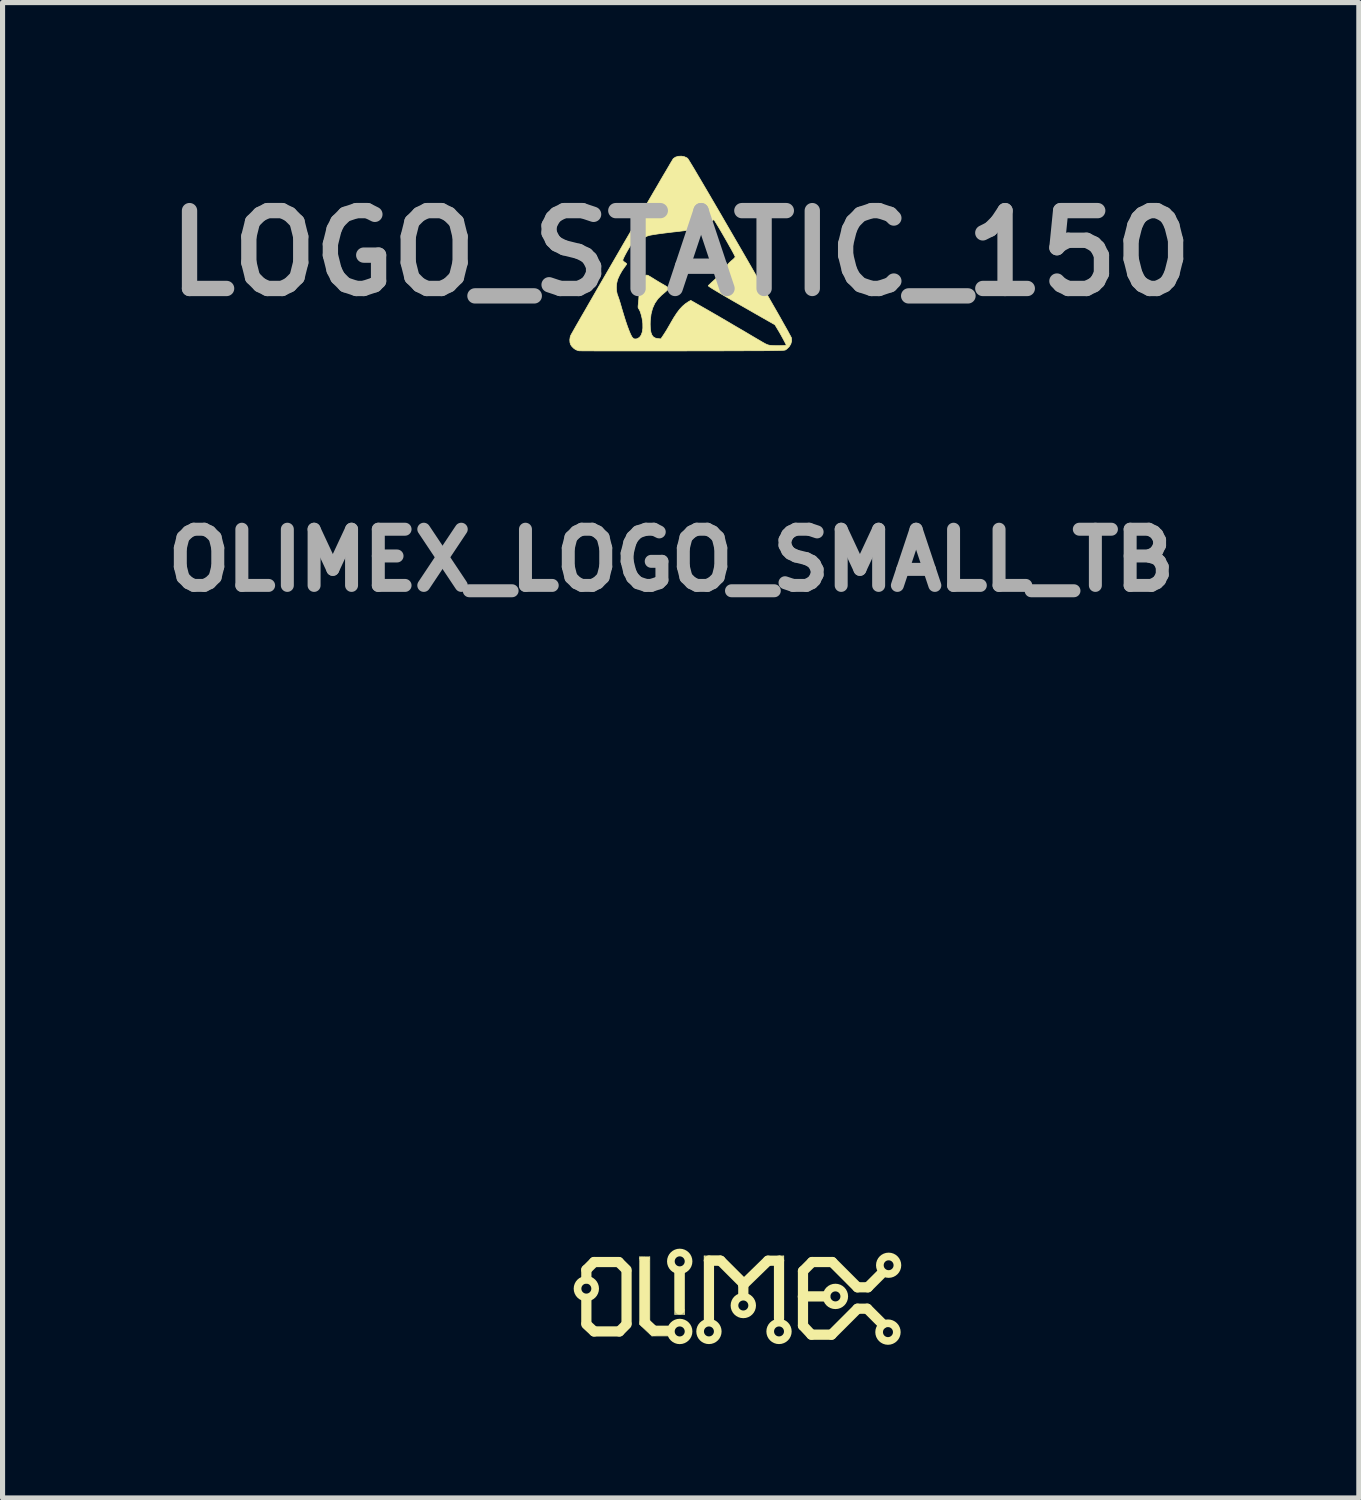
<source format=kicad_pcb>
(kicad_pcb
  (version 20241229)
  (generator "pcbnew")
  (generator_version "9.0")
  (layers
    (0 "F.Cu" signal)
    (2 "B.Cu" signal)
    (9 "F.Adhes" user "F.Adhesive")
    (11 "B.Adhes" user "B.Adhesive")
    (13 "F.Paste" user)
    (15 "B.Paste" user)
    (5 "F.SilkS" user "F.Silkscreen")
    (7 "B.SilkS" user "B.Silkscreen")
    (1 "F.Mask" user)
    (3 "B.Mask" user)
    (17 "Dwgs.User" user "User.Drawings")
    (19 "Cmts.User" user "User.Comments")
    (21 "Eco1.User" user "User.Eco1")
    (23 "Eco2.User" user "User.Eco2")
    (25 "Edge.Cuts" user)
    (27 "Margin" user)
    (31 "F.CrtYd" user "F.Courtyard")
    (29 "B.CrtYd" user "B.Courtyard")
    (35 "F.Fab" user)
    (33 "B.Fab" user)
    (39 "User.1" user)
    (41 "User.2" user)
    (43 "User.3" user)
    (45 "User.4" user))
  (footprint "LOGO_STATIC_150"
    (layer "F.Cu")
    (at 10.276 1.908)
    (property "Reference" "LOGO_STATIC_150" (at 0 0 0) (layer "F.Fab") (effects (font (size 1.524 1.524) (thickness 0.3))))
    (attr through_hole)
    (fp_poly (pts (xy 2.172 1.718) (xy 2.156 1.776) (xy 2.123 1.83) (xy 2.076 1.876) (xy 2.066 1.882) (xy 2.066 1.8) (xy 2.063 1.79) (xy 2.051 1.763) (xy 2.031 1.725) (xy 2.006 1.678) (xy 1.977 1.625) (xy 1.947 1.571) (xy 1.919 1.523) (xy 1.845 1.4) (xy 1.481 1.193) (xy 1.307 1.093) (xy 1.149 1.003) (xy 1.009 0.923) (xy 0.887 0.852) (xy 0.783 0.791) (xy 0.697 0.74) (xy 0.629 0.699) (xy 0.58 0.668) (xy 0.55 0.647) (xy 0.539 0.637) (xy 0.539 0.637) (xy 0.547 0.627) (xy 0.569 0.606) (xy 0.601 0.575) (xy 0.642 0.538) (xy 0.673 0.51) (xy 0.761 0.428) (xy 0.83 0.355) (xy 0.881 0.29) (xy 0.912 0.235) (xy 0.912 0.234) (xy 0.927 0.211) (xy 0.955 0.182) (xy 0.989 0.15) (xy 0.997 0.144) (xy 1.03 0.116) (xy 1.054 0.091) (xy 1.067 0.075) (xy 1.068 0.072) (xy 1.062 0.058) (xy 1.047 0.027) (xy 1.024 -0.017) (xy 0.994 -0.072) (xy 0.958 -0.135) (xy 0.919 -0.205) (xy 0.878 -0.277) (xy 0.836 -0.35) (xy 0.795 -0.421) (xy 0.756 -0.487) (xy 0.721 -0.545) (xy 0.691 -0.594) (xy 0.669 -0.63) (xy 0.654 -0.65) (xy 0.651 -0.654) (xy 0.637 -0.651) (xy 0.614 -0.637) (xy 0.593 -0.62) (xy 0.555 -0.59) (xy 0.52 -0.563) (xy 0.486 -0.541) (xy 0.449 -0.522) (xy 0.408 -0.505) (xy 0.36 -0.49) (xy 0.304 -0.477) (xy 0.237 -0.465) (xy 0.156 -0.453) (xy 0.061 -0.44) (xy -0.053 -0.426) (xy -0.171 -0.413) (xy -0.252 -0.403) (xy -0.334 -0.393) (xy -0.411 -0.383) (xy -0.479 -0.373) (xy -0.532 -0.365) (xy -0.543 -0.363) (xy -0.609 -0.351) (xy -0.659 -0.335) (xy -0.699 -0.314) (xy -0.735 -0.284) (xy -0.773 -0.24) (xy -0.787 -0.223) (xy -0.812 -0.193) (xy -0.832 -0.171) (xy -0.844 -0.161) (xy -0.861 -0.163) (xy -0.887 -0.173) (xy -0.896 -0.177) (xy -0.923 -0.19) (xy -0.942 -0.198) (xy -0.945 -0.198) (xy -0.956 -0.189) (xy -0.974 -0.164) (xy -0.997 -0.127) (xy -1.024 -0.082) (xy -1.052 -0.033) (xy -1.079 0.016) (xy -1.103 0.062) (xy -1.121 0.101) (xy -1.132 0.127) (xy -1.134 0.136) (xy -1.125 0.152) (xy -1.103 0.171) (xy -1.095 0.176) (xy -1.071 0.193) (xy -1.058 0.206) (xy -1.057 0.209) (xy -1.063 0.222) (xy -1.08 0.246) (xy -1.101 0.274) (xy -1.15 0.345) (xy -1.195 0.425) (xy -1.231 0.504) (xy -1.239 0.528) (xy -1.254 0.595) (xy -1.26 0.668) (xy -1.255 0.741) (xy -1.242 0.804) (xy -1.235 0.82) (xy -1.225 0.849) (xy -1.209 0.894) (xy -1.191 0.951) (xy -1.172 1.015) (xy -1.157 1.068) (xy -1.117 1.201) (xy -1.079 1.324) (xy -1.042 1.432) (xy -1.007 1.524) (xy -0.98 1.588) (xy -0.954 1.637) (xy -0.928 1.667) (xy -0.899 1.679) (xy -0.864 1.676) (xy -0.852 1.673) (xy -0.807 1.647) (xy -0.774 1.603) (xy -0.752 1.542) (xy -0.741 1.466) (xy -0.742 1.376) (xy -0.746 1.337) (xy -0.757 1.269) (xy -0.773 1.204) (xy -0.79 1.148) (xy -0.809 1.106) (xy -0.821 1.088) (xy -0.833 1.066) (xy -0.834 1.033) (xy -0.832 1.021) (xy -0.829 0.989) (xy -0.824 0.942) (xy -0.82 0.89) (xy -0.819 0.872) (xy -0.816 0.819) (xy -0.816 0.782) (xy -0.821 0.754) (xy -0.83 0.729) (xy -0.831 0.726) (xy -0.842 0.698) (xy -0.843 0.673) (xy -0.834 0.648) (xy -0.812 0.617) (xy -0.777 0.576) (xy -0.748 0.541) (xy -0.724 0.506) (xy -0.71 0.482) (xy -0.696 0.451) (xy -0.682 0.433) (xy -0.664 0.427) (xy -0.639 0.434) (xy -0.603 0.454) (xy -0.559 0.481) (xy -0.503 0.516) (xy -0.439 0.555) (xy -0.375 0.593) (xy -0.344 0.61) (xy -0.3 0.636) (xy -0.264 0.659) (xy -0.24 0.677) (xy -0.231 0.686) (xy -0.233 0.693) (xy -0.24 0.703) (xy -0.255 0.717) (xy -0.279 0.739) (xy -0.316 0.771) (xy -0.367 0.814) (xy -0.369 0.815) (xy -0.446 0.892) (xy -0.506 0.979) (xy -0.551 1.078) (xy -0.58 1.19) (xy -0.595 1.318) (xy -0.597 1.388) (xy -0.594 1.478) (xy -0.583 1.548) (xy -0.563 1.602) (xy -0.534 1.639) (xy -0.494 1.661) (xy -0.447 1.671) (xy -0.388 1.676) (xy -0.332 1.593) (xy -0.305 1.551) (xy -0.271 1.497) (xy -0.236 1.436) (xy -0.201 1.376) (xy -0.197 1.368) (xy -0.134 1.26) (xy -0.076 1.171) (xy -0.02 1.097) (xy 0.035 1.038) (xy 0.091 0.99) (xy 0.145 0.953) (xy 0.197 0.923) (xy 0.437 1.06) (xy 0.528 1.112) (xy 0.637 1.175) (xy 0.763 1.248) (xy 0.907 1.332) (xy 1.068 1.427) (xy 1.245 1.53) (xy 1.437 1.644) (xy 1.563 1.718) (xy 1.618 1.75) (xy 1.658 1.772) (xy 1.69 1.787) (xy 1.717 1.796) (xy 1.745 1.802) (xy 1.778 1.805) (xy 1.789 1.806) (xy 1.825 1.808) (xy 1.872 1.809) (xy 1.922 1.809) (xy 1.972 1.808) (xy 2.016 1.806) (xy 2.049 1.804) (xy 2.065 1.801) (xy 2.066 1.8) (xy 2.066 1.882) (xy 2.047 1.895) (xy 2.041 1.896) (xy 2.029 1.898) (xy 2.009 1.9) (xy 1.982 1.901) (xy 1.947 1.903) (xy 1.901 1.904) (xy 1.845 1.905) (xy 1.778 1.906) (xy 1.699 1.907) (xy 1.607 1.908) (xy 1.5 1.908) (xy 1.379 1.909) (xy 1.242 1.909) (xy 1.088 1.91) (xy 0.917 1.91) (xy 0.728 1.911) (xy 0.519 1.911) (xy 0.29 1.911) (xy 0.039 1.912) (xy 0.022 1.912) (xy -0.186 1.912) (xy -0.388 1.912) (xy -0.584 1.912) (xy -0.771 1.912) (xy -0.949 1.912) (xy -1.117 1.912) (xy -1.273 1.912) (xy -1.417 1.912) (xy -1.547 1.912) (xy -1.663 1.912) (xy -1.762 1.911) (xy -1.845 1.911) (xy -1.91 1.911) (xy -1.956 1.91) (xy -1.981 1.91) (xy -1.987 1.91) (xy -2.005 1.905) (xy -2.028 1.899) (xy -2.061 1.884) (xy -2.098 1.857) (xy -2.132 1.822) (xy -2.154 1.79) (xy -2.168 1.745) (xy -2.171 1.692) (xy -2.163 1.639) (xy -2.152 1.607) (xy -2.139 1.583) (xy -2.116 1.543) (xy -2.084 1.486) (xy -2.044 1.415) (xy -1.995 1.33) (xy -1.939 1.232) (xy -1.876 1.124) (xy -1.808 1.005) (xy -1.734 0.877) (xy -1.656 0.741) (xy -1.574 0.599) (xy -1.488 0.451) (xy -1.4 0.299) (xy -1.31 0.144) (xy -1.219 -0.013) (xy -1.128 -0.171) (xy -1.036 -0.328) (xy -0.945 -0.484) (xy -0.856 -0.638) (xy -0.769 -0.787) (xy -0.685 -0.931) (xy -0.605 -1.069) (xy -0.529 -1.2) (xy -0.457 -1.322) (xy -0.392 -1.435) (xy -0.332 -1.537) (xy -0.279 -1.626) (xy -0.234 -1.703) (xy -0.198 -1.765) (xy -0.17 -1.811) (xy -0.152 -1.841) (xy -0.144 -1.853) (xy -0.144 -1.853) (xy -0.101 -1.882) (xy -0.047 -1.898) (xy 0.012 -1.901) (xy 0.07 -1.891) (xy 0.121 -1.868) (xy 0.137 -1.856) (xy 0.146 -1.843) (xy 0.166 -1.812) (xy 0.195 -1.764) (xy 0.234 -1.7) (xy 0.28 -1.623) (xy 0.334 -1.531) (xy 0.395 -1.428) (xy 0.462 -1.314) (xy 0.535 -1.19) (xy 0.612 -1.058) (xy 0.694 -0.918) (xy 0.779 -0.772) (xy 0.867 -0.62) (xy 0.957 -0.465) (xy 1.048 -0.308) (xy 1.141 -0.148) (xy 1.233 0.011) (xy 1.325 0.17) (xy 1.415 0.327) (xy 1.503 0.481) (xy 1.589 0.63) (xy 1.672 0.774) (xy 1.75 0.912) (xy 1.824 1.041) (xy 1.893 1.161) (xy 1.956 1.272) (xy 2.011 1.371) (xy 2.06 1.457) (xy 2.101 1.53) (xy 2.132 1.588) (xy 2.155 1.63) (xy 2.167 1.654) (xy 2.169 1.66) (xy 2.172 1.718)) (stroke (width 0.013) (type solid)) (fill yes) (layer "F.SilkS")))
  (footprint "OLIMEX_LOGO_SMALL_TB"
    (layer "F.Cu")
    (at 11.375 22.33)
    (property "Reference" "OLIMEX_LOGO_SMALL_TB" (at -1.283 -14.415 0) (layer "F.Fab") (effects (font (size 1.1 1.1) (thickness 0.254))))
    (attr through_hole)
    (fp_line (start -2.946 -0.521) (end -2.794 -0.673) (stroke (width 0.2) (type solid)) (layer "F.SilkS"))
    (fp_line (start -2.946 -0.356) (end -2.946 -0.521) (stroke (width 0.2) (type solid)) (layer "F.SilkS"))
    (fp_line (start -2.946 0.076) (end -2.946 0.521) (stroke (width 0.2) (type solid)) (layer "F.SilkS"))
    (fp_line (start -2.794 -0.673) (end -2.311 -0.673) (stroke (width 0.2) (type solid)) (layer "F.SilkS"))
    (fp_line (start -2.794 0.686) (end -2.946 0.546) (stroke (width 0.2) (type solid)) (layer "F.SilkS"))
    (fp_line (start -2.311 -0.671) (end -2.159 -0.521) (stroke (width 0.2) (type solid)) (layer "F.SilkS"))
    (fp_line (start -2.299 0.686) (end -2.794 0.686) (stroke (width 0.2) (type solid)) (layer "F.SilkS"))
    (fp_line (start -2.299 0.686) (end -2.159 0.546) (stroke (width 0.2) (type solid)) (layer "F.SilkS"))
    (fp_line (start -2.159 -0.483) (end -2.159 0.521) (stroke (width 0.2) (type solid)) (layer "F.SilkS"))
    (fp_line (start -1.905 -0.775) (end -1.905 0.521) (stroke (width 0.01) (type solid)) (layer "F.SilkS"))
    (fp_line (start -1.905 0.521) (end -1.905 0.533) (stroke (width 0.01) (type solid)) (layer "F.SilkS"))
    (fp_line (start -1.905 0.533) (end -1.905 0.546) (stroke (width 0.01) (type solid)) (layer "F.SilkS"))
    (fp_line (start -1.905 0.546) (end -1.664 0.775) (stroke (width 0.01) (type solid)) (layer "F.SilkS"))
    (fp_line (start -1.897 -0.772) (end -1.897 -0.699) (stroke (width 0.013) (type solid)) (layer "F.SilkS"))
    (fp_line (start -1.892 0.559) (end -1.905 0.533) (stroke (width 0.01) (type solid)) (layer "F.SilkS"))
    (fp_line (start -1.877 -0.744) (end -1.829 -0.744) (stroke (width 0.062) (type solid)) (layer "F.SilkS"))
    (fp_line (start -1.803 -0.775) (end -1.905 -0.775) (stroke (width 0.01) (type solid)) (layer "F.SilkS"))
    (fp_line (start -1.803 -0.775) (end -1.702 -0.775) (stroke (width 0.01) (type solid)) (layer "F.SilkS"))
    (fp_line (start -1.803 -0.673) (end -1.803 0.508) (stroke (width 0.2) (type solid)) (layer "F.SilkS"))
    (fp_line (start -1.803 0.508) (end -1.626 0.673) (stroke (width 0.2) (type solid)) (layer "F.SilkS"))
    (fp_line (start -1.781 -0.742) (end -1.732 -0.742) (stroke (width 0.062) (type solid)) (layer "F.SilkS"))
    (fp_line (start -1.712 -0.772) (end -1.712 -0.693) (stroke (width 0.013) (type solid)) (layer "F.SilkS"))
    (fp_line (start -1.702 -0.775) (end -1.702 0.483) (stroke (width 0.01) (type solid)) (layer "F.SilkS"))
    (fp_line (start -1.664 0.775) (end -1.346 0.775) (stroke (width 0.01) (type solid)) (layer "F.SilkS"))
    (fp_line (start -1.651 0.775) (end -1.664 0.762) (stroke (width 0.01) (type solid)) (layer "F.SilkS"))
    (fp_line (start -1.626 0.673) (end -1.346 0.673) (stroke (width 0.2) (type solid)) (layer "F.SilkS"))
    (fp_line (start -1.214 0.353) (end -1.214 -0.47) (stroke (width 0.013) (type solid)) (layer "F.SilkS"))
    (fp_line (start -1.212 0.302) (end -1.026 0.302) (stroke (width 0.013) (type solid)) (layer "F.SilkS"))
    (fp_line (start -1.212 0.315) (end -1.029 0.315) (stroke (width 0.013) (type solid)) (layer "F.SilkS"))
    (fp_line (start -1.212 0.328) (end -1.029 0.328) (stroke (width 0.013) (type solid)) (layer "F.SilkS"))
    (fp_line (start -1.209 0.34) (end -1.026 0.34) (stroke (width 0.013) (type solid)) (layer "F.SilkS"))
    (fp_line (start -1.118 -0.457) (end -1.118 0.254) (stroke (width 0.2) (type solid)) (layer "F.SilkS"))
    (fp_line (start -1.024 0.257) (end -1.024 0.353) (stroke (width 0.013) (type solid)) (layer "F.SilkS"))
    (fp_line (start -1.024 0.353) (end -1.214 0.353) (stroke (width 0.013) (type solid)) (layer "F.SilkS"))
    (fp_line (start -0.64 -0.792) (end -0.312 -0.792) (stroke (width 0.013) (type solid)) (layer "F.SilkS"))
    (fp_line (start -0.64 -0.696) (end -0.64 -0.792) (stroke (width 0.013) (type solid)) (layer "F.SilkS"))
    (fp_line (start -0.63 -0.787) (end -0.63 -0.747) (stroke (width 0.013) (type solid)) (layer "F.SilkS"))
    (fp_line (start -0.627 -0.767) (end -0.612 -0.767) (stroke (width 0.013) (type solid)) (layer "F.SilkS"))
    (fp_line (start -0.587 -0.78) (end -0.632 -0.78) (stroke (width 0.013) (type solid)) (layer "F.SilkS"))
    (fp_line (start -0.546 -0.699) (end -0.318 -0.699) (stroke (width 0.2) (type solid)) (layer "F.SilkS"))
    (fp_line (start -0.546 0.47) (end -0.546 -0.699) (stroke (width 0.2) (type solid)) (layer "F.SilkS"))
    (fp_line (start -0.318 -0.699) (end 0.127 -0.254) (stroke (width 0.2) (type solid)) (layer "F.SilkS"))
    (fp_line (start 0.127 -0.254) (end 0.127 -0.051) (stroke (width 0.2) (type solid)) (layer "F.SilkS"))
    (fp_line (start 0.127 -0.229) (end 0.61 -0.699) (stroke (width 0.2) (type solid)) (layer "F.SilkS"))
    (fp_line (start 0.61 -0.699) (end 0.826 -0.699) (stroke (width 0.2) (type solid)) (layer "F.SilkS"))
    (fp_line (start 0.826 -0.699) (end 0.826 0.432) (stroke (width 0.2) (type solid)) (layer "F.SilkS"))
    (fp_line (start 0.833 -0.792) (end 0.919 -0.792) (stroke (width 0.013) (type solid)) (layer "F.SilkS"))
    (fp_line (start 0.874 -0.782) (end 0.912 -0.782) (stroke (width 0.013) (type solid)) (layer "F.SilkS"))
    (fp_line (start 0.886 -0.772) (end 0.907 -0.772) (stroke (width 0.013) (type solid)) (layer "F.SilkS"))
    (fp_line (start 0.902 -0.775) (end 0.902 -0.759) (stroke (width 0.013) (type solid)) (layer "F.SilkS"))
    (fp_line (start 0.909 -0.777) (end 0.909 -0.747) (stroke (width 0.013) (type solid)) (layer "F.SilkS"))
    (fp_line (start 0.919 -0.792) (end 0.919 -0.696) (stroke (width 0.013) (type solid)) (layer "F.SilkS"))
    (fp_line (start 1.295 -0.495) (end 1.473 -0.673) (stroke (width 0.2) (type solid)) (layer "F.SilkS"))
    (fp_line (start 1.295 0.013) (end 1.295 -0.495) (stroke (width 0.2) (type solid)) (layer "F.SilkS"))
    (fp_line (start 1.295 0.572) (end 1.295 0) (stroke (width 0.2) (type solid)) (layer "F.SilkS"))
    (fp_line (start 1.46 0.749) (end 1.295 0.572) (stroke (width 0.2) (type solid)) (layer "F.SilkS"))
    (fp_line (start 1.473 -0.673) (end 1.867 -0.673) (stroke (width 0.2) (type solid)) (layer "F.SilkS"))
    (fp_line (start 1.727 0) (end 1.295 0) (stroke (width 0.2) (type solid)) (layer "F.SilkS"))
    (fp_line (start 1.854 0.749) (end 1.46 0.749) (stroke (width 0.2) (type solid)) (layer "F.SilkS"))
    (fp_line (start 1.867 -0.673) (end 2.362 -0.178) (stroke (width 0.2) (type solid)) (layer "F.SilkS"))
    (fp_line (start 2.362 -0.178) (end 2.565 -0.178) (stroke (width 0.2) (type solid)) (layer "F.SilkS"))
    (fp_line (start 2.362 0.241) (end 1.854 0.749) (stroke (width 0.2) (type solid)) (layer "F.SilkS"))
    (fp_line (start 2.553 0.241) (end 2.362 0.241) (stroke (width 0.2) (type solid)) (layer "F.SilkS"))
    (fp_line (start 2.565 -0.178) (end 2.819 -0.432) (stroke (width 0.2) (type solid)) (layer "F.SilkS"))
    (fp_line (start 2.845 0.533) (end 2.553 0.241) (stroke (width 0.2) (type solid)) (layer "F.SilkS"))
    (fp_circle (center -2.946 -0.152) (end -2.845 -0.292) (stroke (width 0.15) (type solid)) (fill no) (layer "F.SilkS"))
    (fp_circle (center -1.118 -0.686) (end -1.016 -0.826) (stroke (width 0.15) (type solid)) (fill no) (layer "F.SilkS"))
    (fp_circle (center -1.118 0.686) (end -1.016 0.546) (stroke (width 0.15) (type solid)) (fill no) (layer "F.SilkS"))
    (fp_circle (center -0.546 0.686) (end -0.445 0.546) (stroke (width 0.15) (type solid)) (fill no) (layer "F.SilkS"))
    (fp_circle (center 0.127 0.178) (end 0.229 0.038) (stroke (width 0.15) (type solid)) (fill no) (layer "F.SilkS"))
    (fp_circle (center 0.826 0.686) (end 0.927 0.546) (stroke (width 0.15) (type solid)) (fill no) (layer "F.SilkS"))
    (fp_circle (center 1.93 0) (end 2.032 -0.14) (stroke (width 0.15) (type solid)) (fill no) (layer "F.SilkS"))
    (fp_circle (center 2.959 0.699) (end 3.061 0.559) (stroke (width 0.15) (type solid)) (fill no) (layer "F.SilkS"))
    (fp_circle (center 2.972 -0.61) (end 3.073 -0.749) (stroke (width 0.15) (type solid)) (fill no) (layer "F.SilkS")))
  (gr_rect
    (start -3 -3)
    (end 23.552 26.276)
    (stroke (width 0.1) (type default))
    (fill no)
    (layer "Edge.Cuts")))
</source>
